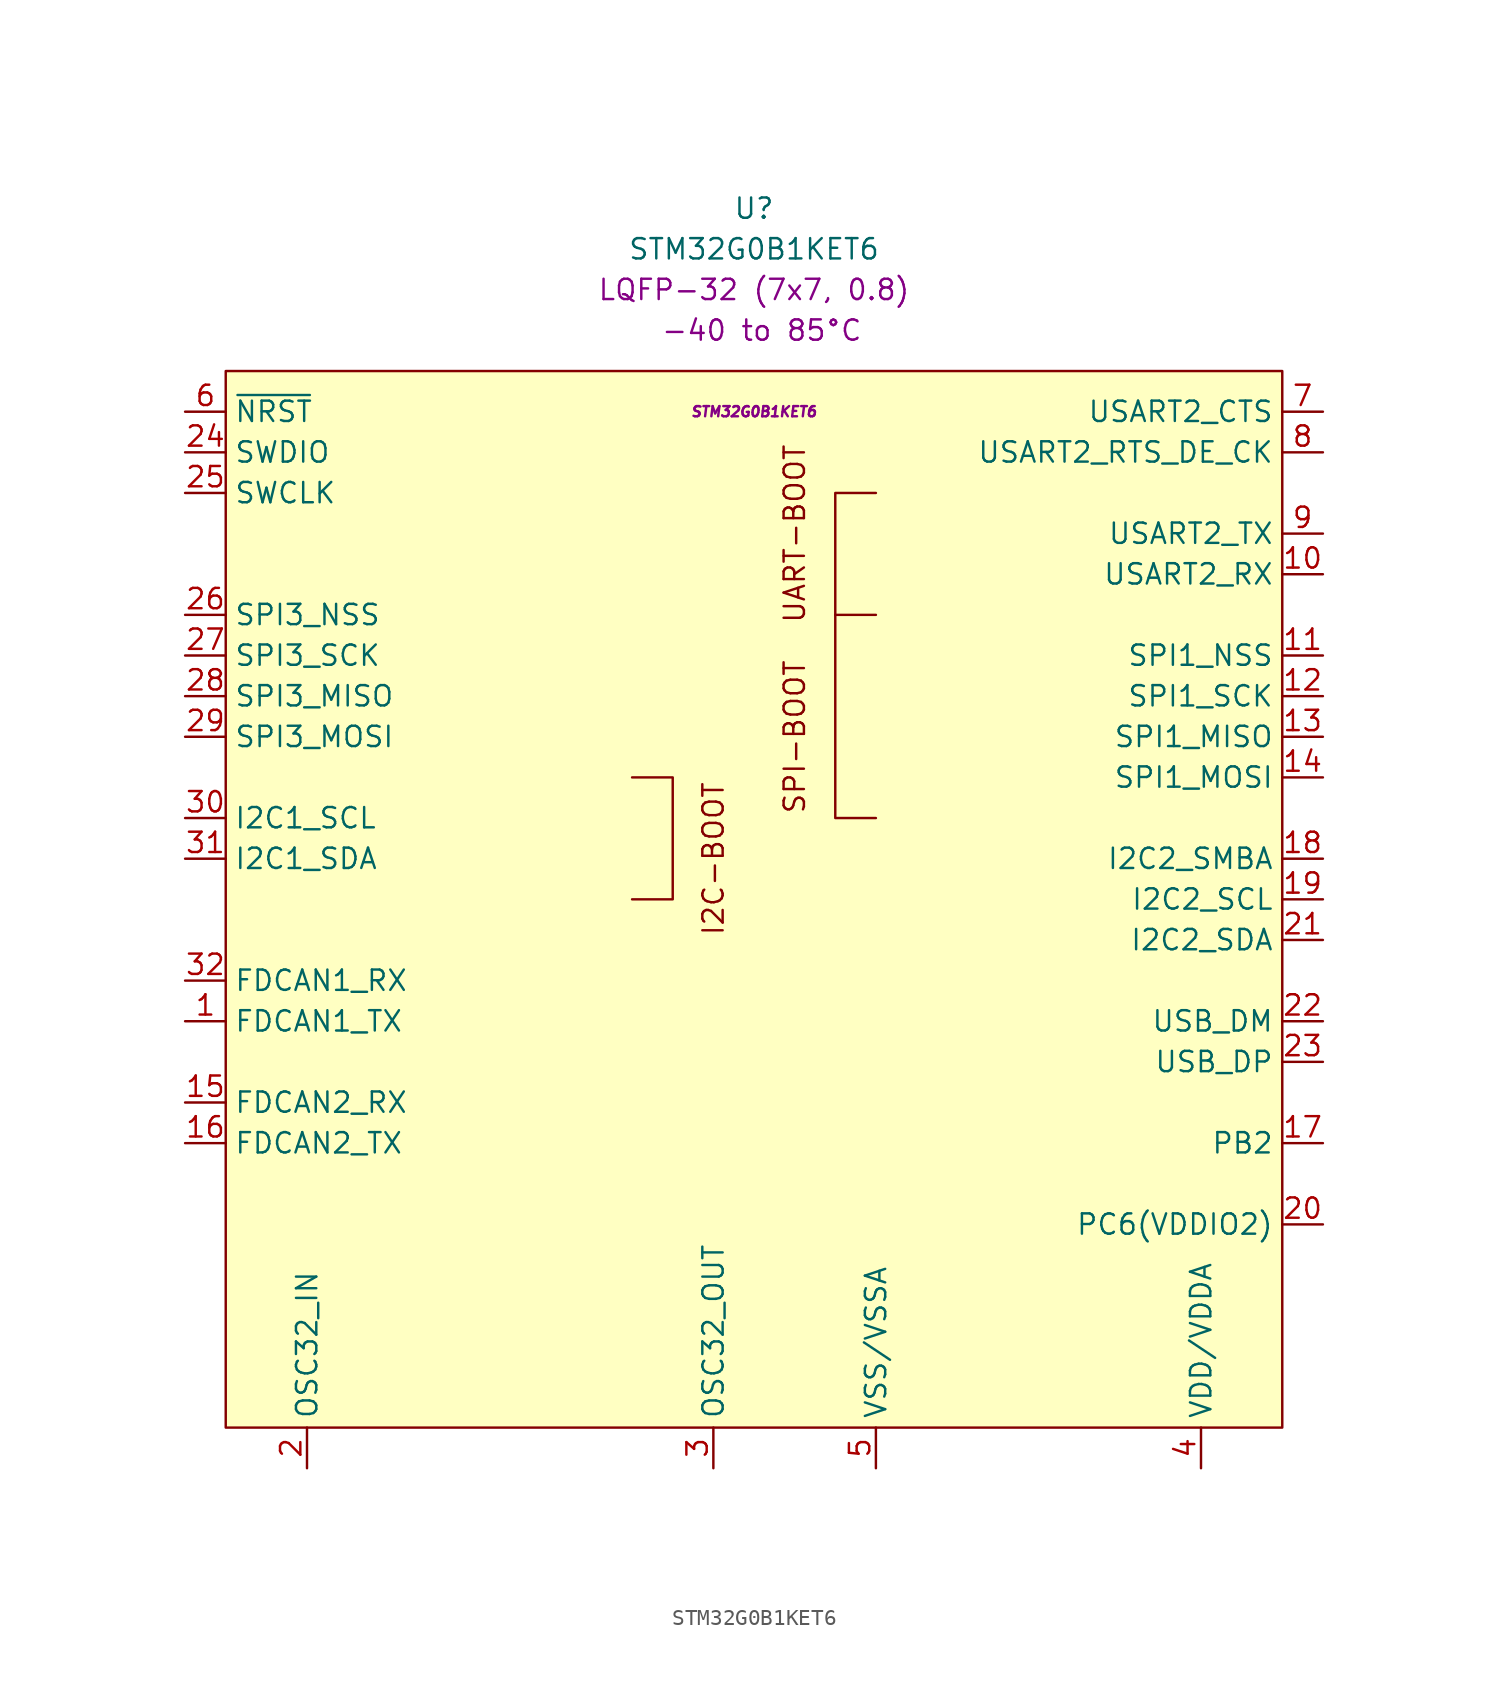
<source format=kicad_sym>
(kicad_symbol_lib
  (version 20231120)
  (generator "kicad_symbol_editor")
  (generator_version "8.0")
  (symbol "STM32G0B1KET6"
    (property "Reference" "U"
      (at 0 45.72 0)
      (effects (font (size 1.27 1.27))))
    (property "Value" "STM32G0B1KET6"
      (at 0 43.18 0)
      (effects (font (size 1.27 1.27))))
    (property "Package" "LQFP-32 (7x7, 0.8)"
      (at 0 40.64 0)
      (effects (font (size 1.27 1.27))))
    (property "MPN" "STM32G0B1KET6"
      (at 0 33.02 0)
      (effects (font (size 0.635 0.635) (italic yes))))
    (property "Temperature" " -40 to 85°C"
      (at 0 38.1 0)
      (effects (font (size 1.27 1.27))))
    (symbol "STM32G0B1KET6_0_0"
      (polyline (pts (xy 5.08 20.32) (xy 5.08 27.94) (xy 7.62 27.94)) (stroke (width 0) (type default)) (fill (type none)))
      (polyline (pts (xy -7.62 2.54) (xy -5.08 2.54) (xy -5.08 10.16) (xy -7.62 10.16)) (stroke (width 0) (type default)) (fill (type none)))
      (text "I2C-BOOT" (at -2.54 5.08 900) (effects (font (size 1.27 1.27))))
      (text "SPI-BOOT" (at 2.54 12.7 900) (effects (font (size 1.27 1.27))))
      (text "UART-BOOT" (at 2.54 25.4 900) (effects (font (size 1.27 1.27)))))
    (symbol "STM32G0B1KET6_0_1"
      (rectangle (start -33.02 35.56) (end 33.02 -30.48) (stroke (width 0) (type default)) (fill (type background)))
      (polyline (pts (xy 7.62 20.32) (xy 5.08 20.32) (xy 5.08 7.62) (xy 7.62 7.62)) (stroke (width 0) (type default)) (fill (type none))))
    (symbol "STM32G0B1KET6_1_1"
      (pin output line (at -35.56 -5.08 0) (length 2.54) (name "FDCAN1_TX" (effects (font (size 1.27 1.27)))) (number "1" (effects (font (size 1.27 1.27)))) (alternate "EVENTOUT" output line) (alternate "I2C1_SDA" open_collector line) (alternate "I2S2_WS" unspecified line) (alternate "IR_OUT" output line) (alternate "PB9" bidirectional line) (alternate "SPI2_NSS" bidirectional line) (alternate "TIM17_CH1" unspecified line) (alternate "TIM4_CH4" unspecified line) (alternate "UCPD2_FRSTX" unspecified line) (alternate "USART3_RX" input line) (alternate "USART6_RX" input line))
      (pin input line (at 35.56 22.86 180) (length 2.54) (name "USART2_RX" (effects (font (size 1.27 1.27)))) (number "10" (effects (font (size 1.27 1.27)))) (alternate "ADC_IN3" input line) (alternate "COMP2_INP2" input line) (alternate "EVENTOUT" output line) (alternate "I2S2_MCK" unspecified line) (alternate "LPUART1_RX" input line) (alternate "PA3" bidirectional line) (alternate "SPI2_MISO" input line) (alternate "TIM15_CH2" unspecified line) (alternate "TIM2_CH4" unspecified line) (alternate "UCPD2_FRSTX" unspecified line))
      (pin bidirectional line (at 35.56 17.78 180) (length 2.54) (name "SPI1_NSS" (effects (font (size 1.27 1.27)))) (number "11" (effects (font (size 1.27 1.27)))) (alternate "ADC_IN4" input line) (alternate "DAC1_OU1" output line) (alternate "EVENTOUT" output line) (alternate "I2S1_WS" unspecified line) (alternate "I2S2_SD" unspecified line) (alternate "LPTIM2_OUT" output line) (alternate "PA4" bidirectional line) (alternate "RTC_OUT1" output line) (alternate "RTC_TS" unspecified line) (alternate "SPI2_MOSI" output line) (alternate "SPI3_NSS" bidirectional line) (alternate "TAMP_IN1" input line) (alternate "TIM14_CH1" unspecified line) (alternate "UCPD2_FRSTX" unspecified line) (alternate "USART6_TX" output line) (alternate "USB_NOE" unspecified line) (alternate "WKUP2" input line))
      (pin bidirectional line (at 35.56 15.24 180) (length 2.54) (name "SPI1_SCK" (effects (font (size 1.27 1.27)))) (number "12" (effects (font (size 1.27 1.27)))) (alternate "ADC_IN5" input line) (alternate "CEC" unspecified line) (alternate "DAC1_OUT2" output line) (alternate "EVENTOUT" output line) (alternate "I2S1_CK" unspecified line) (alternate "LPTIM2_ETR" unspecified line) (alternate "PA5" bidirectional line) (alternate "TIM2_CH1_ETR" unspecified line) (alternate "UCPD1_FRSTX" unspecified line) (alternate "USART3_TX" output line) (alternate "USART6_RX" input line))
      (pin input line (at 35.56 12.7 180) (length 2.54) (name "SPI1_MISO" (effects (font (size 1.27 1.27)))) (number "13" (effects (font (size 1.27 1.27)))) (alternate "ADC_IN6" input line) (alternate "COMP1_OUT" output line) (alternate "I2C2_SDA" open_collector line) (alternate "I2C3_SDA" open_collector line) (alternate "I2S1_MCK" unspecified line) (alternate "LPUART1_CTS" input line) (alternate "PA6" bidirectional line) (alternate "TIM16_CH1" unspecified line) (alternate "TIM1_BKIN" unspecified line) (alternate "TIM3_CH2" unspecified line) (alternate "USART3_CTS" input line) (alternate "USART6_CTS" input line))
      (pin output line (at 35.56 10.16 180) (length 2.54) (name "SPI1_MOSI" (effects (font (size 1.27 1.27)))) (number "14" (effects (font (size 1.27 1.27)))) (alternate "ADC_IN7" input line) (alternate "COMP2_OUT" output line) (alternate "I2C2_SCL" open_collector line) (alternate "I2C3_SCL" open_collector line) (alternate "I2S1_SD" unspecified line) (alternate "PA7" bidirectional line) (alternate "TIM14_CH1" unspecified line) (alternate "TIM17_CH1" unspecified line) (alternate "TIM1_CH1N" unspecified line) (alternate "TIM3_CH2" unspecified line) (alternate "UCPD1_FRSTX" unspecified line) (alternate "USART6_RTS_DE_CK" output line))
      (pin input line (at -35.56 -10.16 0) (length 2.54) (name "FDCAN2_RX" (effects (font (size 1.27 1.27)))) (number "15" (effects (font (size 1.27 1.27)))) (alternate "ADC_IN8" input line) (alternate "COMP1_OUT" output line) (alternate "COMP3_INP0" input line) (alternate "I2S1_WS" unspecified line) (alternate "LPTIM1_OUT" output line) (alternate "LPUART2_CTS" input line) (alternate "PB0" bidirectional line) (alternate "SPI1_NSS" bidirectional line) (alternate "TIM1_CH2N" unspecified line) (alternate "TIM3_CH3" unspecified line) (alternate "UCPD1_FRSTX" unspecified line) (alternate "USART3_RX" input line) (alternate "USART5_TX" output line))
      (pin output line (at -35.56 -12.7 0) (length 2.54) (name "FDCAN2_TX" (effects (font (size 1.27 1.27)))) (number "16" (effects (font (size 1.27 1.27)))) (alternate "ADC_IN9" input line) (alternate "COMP1_INM6" input line) (alternate "COMP3_OUT" output line) (alternate "LPTIM2_IN1" input line) (alternate "LPUART1_RTS_DE" output line) (alternate "LPUART2_RTS_DE" output line) (alternate "PB1" bidirectional line) (alternate "TIM14_CH1" unspecified line) (alternate "TIM1_CH3N" unspecified line) (alternate "TIM3_CH4" unspecified line) (alternate "USART3_RTS_DE_CK" output line) (alternate "USART5_RX" input line))
      (pin bidirectional line (at 35.56 -12.7 180) (length 2.54) (name "PB2" (effects (font (size 1.27 1.27)))) (number "17" (effects (font (size 1.27 1.27)))) (alternate "ADC_IN10" input line) (alternate "COMP1_INP1" input line) (alternate "COMP3_INM6" input line) (alternate "EVENTOUT" output line) (alternate "I2S2_MCK" unspecified line) (alternate "LPTIM1_OUT" output line) (alternate "MCO2" output line) (alternate "SPI2_MISO" input line) (alternate "USART3_TX" output line))
      (pin bidirectional line (at 35.56 5.08 180) (length 2.54) (name "I2C2_SMBA" (effects (font (size 1.27 1.27)))) (number "18" (effects (font (size 1.27 1.27)))) (alternate "CRS1_SYNC" unspecified line) (alternate "EVENTOUT" output line) (alternate "I2S2_WS" unspecified line) (alternate "LPTIM2_OUT" output line) (alternate "MCO" output line) (alternate "PA8" bidirectional line) (alternate "SPI2_NSS" bidirectional line) (alternate "TIM1_CH1" unspecified line) (alternate "UCPD1_CC1" unspecified line))
      (pin open_collector line (at 35.56 2.54 180) (length 2.54) (name "I2C2_SCL" (effects (font (size 1.27 1.27)))) (number "19" (effects (font (size 1.27 1.27)))) (alternate "EVENTOUT" output line) (alternate "I2C2_SCL" open_collector line) (alternate "I2S2_MCK" unspecified line) (alternate "MCO" output line) (alternate "PA9" bidirectional line) (alternate "SPI2_MISO" input line) (alternate "TIM15_BKIN" unspecified line) (alternate "TIM1_CH2" unspecified line) (alternate "UCPD1_DBCC1" unspecified line) (alternate "USART1_TX" output line))
      (pin input line (at -27.94 -33.02 90) (length 2.54) (name "OSC32_IN" (effects (font (size 1.27 1.27)))) (number "2" (effects (font (size 1.27 1.27)))) (alternate "OSC_IN" input line) (alternate "PC14" bidirectional line) (alternate "TIM1_BKIN2" unspecified line))
      (pin bidirectional line (at 35.56 -17.78 180) (length 2.54) (name "PC6(VDDIO2)" (effects (font (size 1.27 1.27)))) (number "20" (effects (font (size 1.27 1.27)))) (alternate "LPUART2_TX" output line) (alternate "PC6" bidirectional line) (alternate "TIM2_CH3" unspecified line) (alternate "TIM3_CH1" unspecified line) (alternate "UCPD1_FRSTX" unspecified line) (alternate "VDDIO2" power_in line))
      (pin open_collector line (at 35.56 0 180) (length 2.54) (name "I2C2_SDA" (effects (font (size 1.27 1.27)))) (number "21" (effects (font (size 1.27 1.27)))) (alternate "EVENTOUT" output line) (alternate "I2C1_SDA" open_collector line) (alternate "I2S2_SD" bidirectional line) (alternate "MCO2" bidirectional line) (alternate "PA10" bidirectional line) (alternate "SPI2_MOSI" output line) (alternate "TIM17_BKIN" unspecified line) (alternate "TIM1_CH3" unspecified line) (alternate "UCPD1_DBCC2" unspecified line) (alternate "USART1_RX" input line))
      (pin bidirectional line (at 35.56 -5.08 180) (length 2.54) (name "USB_DM" (effects (font (size 1.27 1.27)))) (number "22" (effects (font (size 1.27 1.27)))) (alternate "COMP1_OUT" output line) (alternate "FDCAN1_RX" input line) (alternate "I2C2_SCL" open_collector line) (alternate "PA11" bidirectional line) (alternate "PA9" bidirectional line) (alternate "SPI1_MISO" input line) (alternate "TIM1_BKIN2" unspecified line) (alternate "TIM1_CH4" unspecified line) (alternate "USART1_CTS" input line))
      (pin bidirectional line (at 35.56 -7.62 180) (length 2.54) (name "USB_DP" (effects (font (size 1.27 1.27)))) (number "23" (effects (font (size 1.27 1.27)))) (alternate "COMP2_OUT" output line) (alternate "FDCAN1_TX" output line) (alternate "I2C2_SDA" open_collector line) (alternate "I2S1_SD" unspecified line) (alternate "I2S_CKIN" input line) (alternate "PA10" bidirectional line) (alternate "PA12" bidirectional line) (alternate "SPI1_MOSI" output line) (alternate "TIM1_ETR" unspecified line) (alternate "USART1_RTS_DE_CLK" output line))
      (pin bidirectional line (at -35.56 30.48 0) (length 2.54) (name "SWDIO" (effects (font (size 1.27 1.27)))) (number "24" (effects (font (size 1.27 1.27)))) (alternate "EVENTOUT" output line) (alternate "IR_OUT" output line) (alternate "LPUART2_RX" input line) (alternate "PA13" bidirectional line) (alternate "USB_NOE" unspecified line))
      (pin input line (at -35.56 27.94 0) (length 2.54) (name "SWCLK" (effects (font (size 1.27 1.27)))) (number "25" (effects (font (size 1.27 1.27)))) (alternate "BOOT0" input line) (alternate "EVENTOUT" output line) (alternate "LPUART2_TX" output line) (alternate "PA14" bidirectional line) (alternate "USART2_TX" output line))
      (pin bidirectional line (at -35.56 20.32 0) (length 2.54) (name "SPI3_NSS" (effects (font (size 1.27 1.27)))) (number "26" (effects (font (size 1.27 1.27)))) (alternate "EVENTOUT" output line) (alternate "I2C2_SMBA" open_collector line) (alternate "I2S1_WS" unspecified line) (alternate "MCO2" output line) (alternate "PA15" bidirectional line) (alternate "SPI1_NSS" bidirectional line) (alternate "TIM2_CH1_ETR" unspecified line) (alternate "USART2_RX" input line) (alternate "USART3_RTS_DE_CK" output line) (alternate "USART4_RTS_DE_CK" output line) (alternate "USB_NOE" unspecified line))
      (pin bidirectional line (at -35.56 17.78 0) (length 2.54) (name "SPI3_SCK" (effects (font (size 1.27 1.27)))) (number "27" (effects (font (size 1.27 1.27)))) (alternate "COMP2_INM6" input line) (alternate "EVENTOUT" output line) (alternate "I2C2_SCL" open_collector line) (alternate "I2C3_SCL" open_collector line) (alternate "I2S1_CK" unspecified line) (alternate "PB3" bidirectional line) (alternate "SPI1_SCK" bidirectional line) (alternate "TIM1_CH2" unspecified line) (alternate "TIM2_CH2" unspecified line) (alternate "USART1_RTS_DE_CK" output line) (alternate "USART5_TX" output line))
      (pin input line (at -35.56 15.24 0) (length 2.54) (name "SPI3_MISO" (effects (font (size 1.27 1.27)))) (number "28" (effects (font (size 1.27 1.27)))) (alternate "COMP2_INP0" input line) (alternate "EVENTOUT" output line) (alternate "I2C2_SDA" open_collector line) (alternate "I2C3_SDA" open_collector line) (alternate "I2S1_MCK" unspecified line) (alternate "PB4" input line) (alternate "SPI_MISO" input line) (alternate "TIM17_BKIN" unspecified line) (alternate "TIM3_CH1" unspecified line) (alternate "USART1_CTS" input line) (alternate "USART5_RX" input line))
      (pin output line (at -35.56 12.7 0) (length 2.54) (name "SPI3_MOSI" (effects (font (size 1.27 1.27)))) (number "29" (effects (font (size 1.27 1.27)))) (alternate "COMP2_OUT" output line) (alternate "FDCAN2_RX" input line) (alternate "I2C1_SMBA" bidirectional line) (alternate "I2S1_SD" unspecified line) (alternate "LPTIM1_IN1" input line) (alternate "PB5" bidirectional line) (alternate "SPI1_MOSI" output line) (alternate "TIM16_BKIN" unspecified line) (alternate "TIM3_CH2" unspecified line) (alternate "USART5_RTS_DE_CK" output line) (alternate "WKUP6" input line))
      (pin output line (at -2.54 -33.02 90) (length 2.54) (name "OSC32_OUT" (effects (font (size 1.27 1.27)))) (number "3" (effects (font (size 1.27 1.27)))) (alternate "OSC32_EN" unspecified line) (alternate "OSC_EN" unspecified line) (alternate "PC15" bidirectional line) (alternate "TIM15_BKIN" unspecified line))
      (pin open_collector line (at -35.56 7.62 0) (length 2.54) (name "I2C1_SCL" (effects (font (size 1.27 1.27)))) (number "30" (effects (font (size 1.27 1.27)))) (alternate "EVENTOUT" output line) (alternate "FDCAN2_TX" output line) (alternate "I2S2_MCK" unspecified line) (alternate "LPTIM1_ETR" unspecified line) (alternate "LPUART2_TX" output line) (alternate "PB6" bidirectional line) (alternate "SPI2_MISO" input line) (alternate "TIM16_CH1N" unspecified line) (alternate "TIM1_CH3" unspecified line) (alternate "TIM4_CH1" unspecified line) (alternate "USART1_TX" output line) (alternate "USART5_CTS" input line))
      (pin open_collector line (at -35.56 5.08 0) (length 2.54) (name "I2C1_SDA" (effects (font (size 1.27 1.27)))) (number "31" (effects (font (size 1.27 1.27)))) (alternate "EVENTOUT" output line) (alternate "I2S2_SD" unspecified line) (alternate "LPTIM1_IN2" input line) (alternate "LPUART2_RX" input line) (alternate "PB7" bidirectional line) (alternate "SPI2_MOSI" output line) (alternate "TIM17_CH1N" unspecified line) (alternate "TIM4_CH2" unspecified line) (alternate "USART1_RX" input line) (alternate "USART4_CTS" input line))
      (pin input line (at -35.56 -2.54 0) (length 2.54) (name "FDCAN1_RX" (effects (font (size 1.27 1.27)))) (number "32" (effects (font (size 1.27 1.27)))) (alternate "CEC" unspecified line) (alternate "EVENTOUT" output line) (alternate "I2C1_SCL" open_collector line) (alternate "I2S2_CK" unspecified line) (alternate "PB8" bidirectional line) (alternate "SPI2_SCK" bidirectional line) (alternate "TIM15_BKIN" unspecified line) (alternate "TIM16_CH1" unspecified line) (alternate "TIM4_CH3" unspecified line) (alternate "USART3_TX" output line) (alternate "USART6_TX" output line))
      (pin power_in line (at 27.94 -33.02 90) (length 2.54) (name "VDD/VDDA" (effects (font (size 1.27 1.27)))) (number "4" (effects (font (size 1.27 1.27)))))
      (pin power_in line (at 7.62 -33.02 90) (length 2.54) (name "VSS/VSSA" (effects (font (size 1.27 1.27)))) (number "5" (effects (font (size 1.27 1.27)))))
      (pin open_collector line (at -35.56 33.02 0) (length 2.54) (name "~{NRST}" (effects (font (size 1.27 1.27)))) (number "6" (effects (font (size 1.27 1.27)))) (alternate "LPUART2_RTS_DE" output line) (alternate "LPUART2_TX" output line) (alternate "MCO" output line) (alternate "PF2" bidirectional line))
      (pin input line (at 35.56 33.02 180) (length 2.54) (name "USART2_CTS" (effects (font (size 1.27 1.27)))) (number "7" (effects (font (size 1.27 1.27)))) (alternate "ADC_IN0" input line) (alternate "COMP1_INM8" input line) (alternate "COMP1_OUT" output line) (alternate "I2S2_CK" unspecified line) (alternate "LPTIM1_OUT" output line) (alternate "PA0" bidirectional line) (alternate "SPI2_SCK" bidirectional line) (alternate "TAMP_IN2" input line) (alternate "TIM2CH1_ETR" unspecified line) (alternate "UCPD2_FRSTX" unspecified line) (alternate "USART4_TX" output line) (alternate "WKUP1" input line))
      (pin output line (at 35.56 30.48 180) (length 2.54) (name "USART2_RTS_DE_CK" (effects (font (size 1.27 1.27)))) (number "8" (effects (font (size 1.27 1.27)))) (alternate "ADC_IN1" input line) (alternate "COMP1_INP2" input line) (alternate "EVENTOUT" output line) (alternate "I2C1_SMBA" bidirectional line) (alternate "I2S1_CK" unspecified line) (alternate "PA1" bidirectional line) (alternate "SPI1_SCK" bidirectional line) (alternate "TIM15_CH1N" unspecified line) (alternate "TIM2_CH2" unspecified line) (alternate "USART4_RX" input line))
      (pin output line (at 35.56 25.4 180) (length 2.54) (name "USART2_TX" (effects (font (size 1.27 1.27)))) (number "9" (effects (font (size 1.27 1.27)))) (alternate "ADC_IN2" input line) (alternate "COMP2_INM8" input line) (alternate "COMP2_OUT" output line) (alternate "I2S1_SD" unspecified line) (alternate "LPUART1_TX" output line) (alternate "LSCO" unspecified line) (alternate "PA2" bidirectional line) (alternate "SPI1_MOSI" output line) (alternate "TIM15_CH1" unspecified line) (alternate "TIM2_CH3" unspecified line) (alternate "UCPD1_FRSTX" unspecified line) (alternate "WKUP4" input line)))))
</source>
